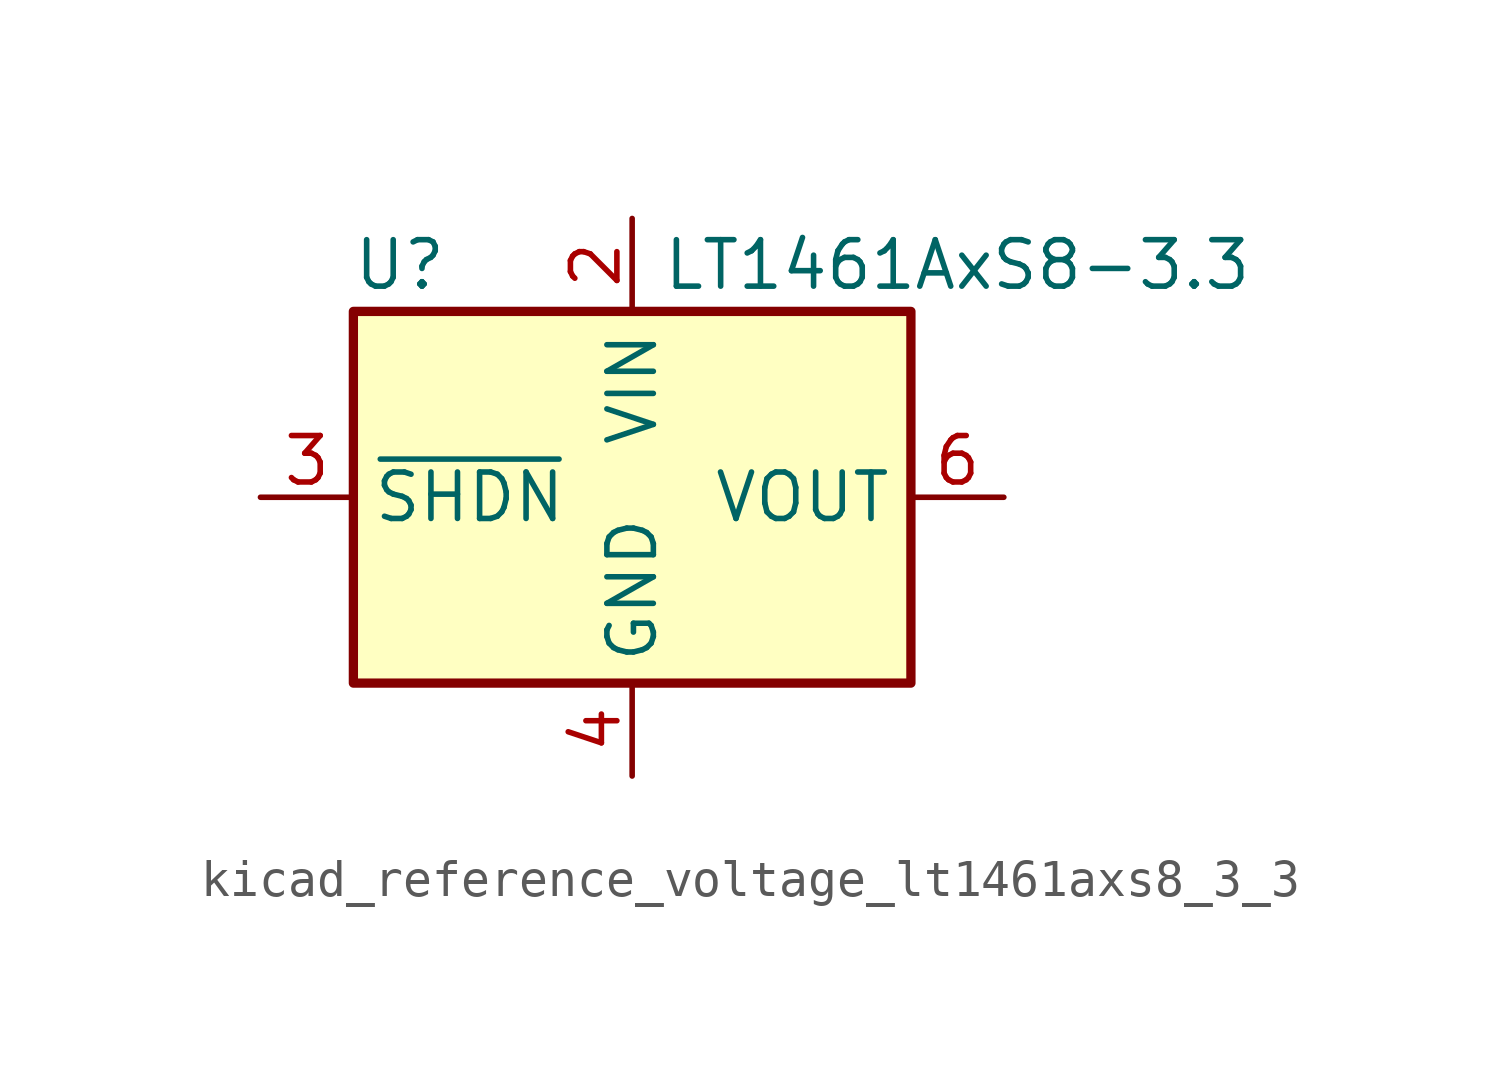
<source format=kicad_sym>
(kicad_symbol_lib
  (version 20220914)
  (generator kicad_symbol_editor)
  (symbol "kicad_reference_voltage_lt1461axs8_3_3"
    (property "Reference" "U"
      (at -6.35 6.35 0)
      (effects (font (size 1.27 1.27))))
    (property "Value" "LT1461AxS8-3.3"
      (at 8.89 6.35 0)
      (effects (font (size 1.27 1.27))))
    (symbol "kicad_reference_voltage_lt1461axs8_3_3_1_1"
      (rectangle (start -7.62 5.08) (end 7.62 -5.08) (stroke (width 0.254) (type default)) (fill (type background)))
      (pin no_connect line (at 7.62 -2.54 180) (length 2.54) hide (name "DNC" (effects (font (size 1.27 1.27)))) (number "1" (effects (font (size 1.27 1.27)))))
      (pin power_in line (at 0 7.62 270) (length 2.54) (name "VIN" (effects (font (size 1.27 1.27)))) (number "2" (effects (font (size 1.27 1.27)))))
      (pin input line (at -10.16 0 0) (length 2.54) (name "~{SHDN}" (effects (font (size 1.27 1.27)))) (number "3" (effects (font (size 1.27 1.27)))))
      (pin power_in line (at 0 -7.62 90) (length 2.54) (name "GND" (effects (font (size 1.27 1.27)))) (number "4" (effects (font (size 1.27 1.27)))))
      (pin no_connect line (at -7.62 -2.54 0) (length 2.54) hide (name "DNC" (effects (font (size 1.27 1.27)))) (number "5" (effects (font (size 1.27 1.27)))))
      (pin power_out line (at 10.16 0 180) (length 2.54) (name "VOUT" (effects (font (size 1.27 1.27)))) (number "6" (effects (font (size 1.27 1.27)))))
      (pin no_connect line (at -7.62 2.54 0) (length 2.54) hide (name "DNC" (effects (font (size 1.27 1.27)))) (number "7" (effects (font (size 1.27 1.27)))))
      (pin no_connect line (at 7.62 2.54 180) (length 2.54) hide (name "DNC" (effects (font (size 1.27 1.27)))) (number "8" (effects (font (size 1.27 1.27))))))))
</source>
